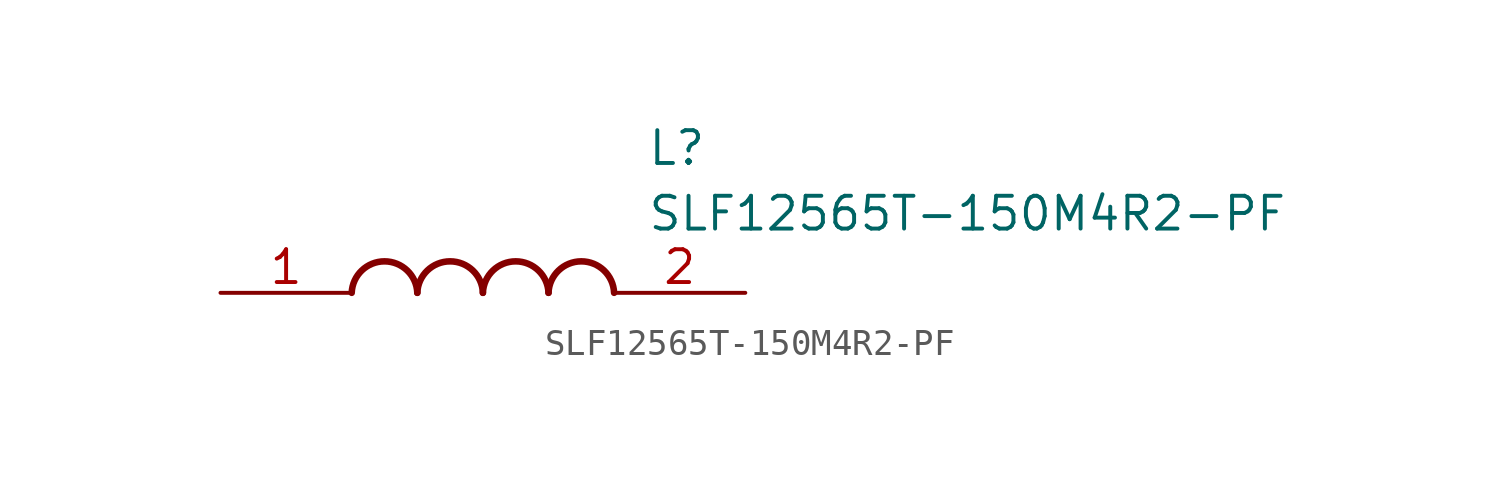
<source format=kicad_sym>
(kicad_symbol_lib
  (version 20211014)
  (generator SamacSys_ECAD_Model)
  (symbol "SLF12565T-150M4R2-PF"
    (pin_names hide)
    (property "Reference" "L"
      (at 16.51 6.35 0)
      (effects (font (size 1.27 1.27)) (justify left top)))
    (property "Value" "SLF12565T-150M4R2-PF"
      (at 16.51 3.81 0)
      (effects (font (size 1.27 1.27)) (justify left top)))
    (arc
      (start 7.62 0)
      (mid 6.35 1.219)
      (end 5.08 0)
      (stroke (width 0.254) (type default))
      (fill (type none)))
    (arc
      (start 10.16 0)
      (mid 8.89 1.219)
      (end 7.62 0)
      (stroke (width 0.254) (type default))
      (fill (type none)))
    (arc
      (start 12.7 0)
      (mid 11.43 1.219)
      (end 10.16 0)
      (stroke (width 0.254) (type default))
      (fill (type none)))
    (arc
      (start 15.24 0)
      (mid 13.97 1.219)
      (end 12.7 0)
      (stroke (width 0.254) (type default))
      (fill (type none)))
    (pin passive line
      (at 0 0 0)
      (length 5.08)
      (name "1" (effects (font (size 1.27 1.27))))
      (number "1" (effects (font (size 1.27 1.27)))))
    (pin passive line
      (at 20.32 0 180)
      (length 5.08)
      (name "2" (effects (font (size 1.27 1.27))))
      (number "2" (effects (font (size 1.27 1.27)))))))
</source>
